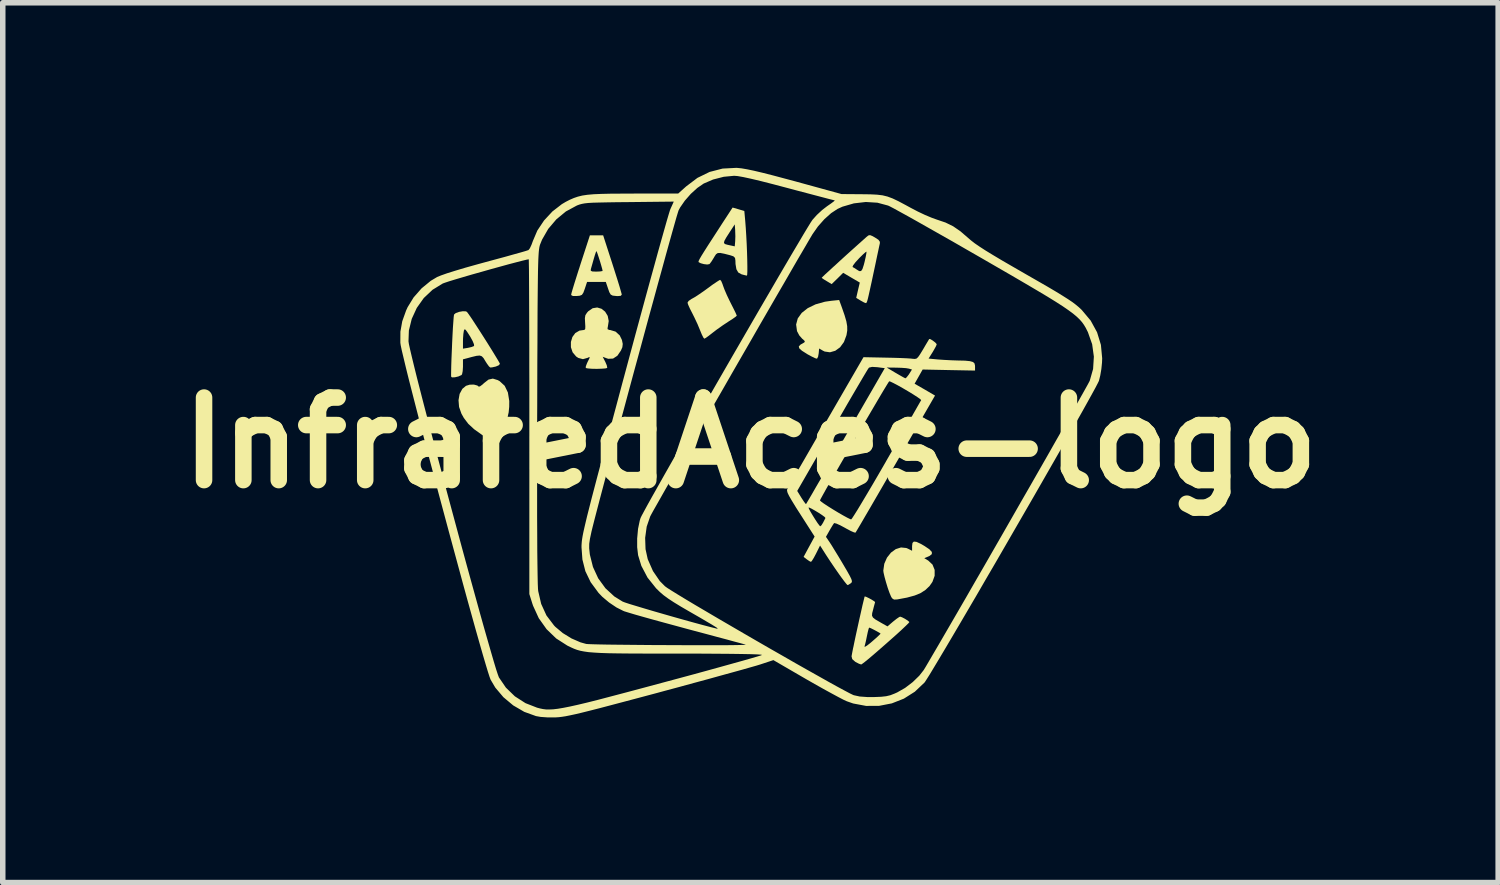
<source format=kicad_pcb>
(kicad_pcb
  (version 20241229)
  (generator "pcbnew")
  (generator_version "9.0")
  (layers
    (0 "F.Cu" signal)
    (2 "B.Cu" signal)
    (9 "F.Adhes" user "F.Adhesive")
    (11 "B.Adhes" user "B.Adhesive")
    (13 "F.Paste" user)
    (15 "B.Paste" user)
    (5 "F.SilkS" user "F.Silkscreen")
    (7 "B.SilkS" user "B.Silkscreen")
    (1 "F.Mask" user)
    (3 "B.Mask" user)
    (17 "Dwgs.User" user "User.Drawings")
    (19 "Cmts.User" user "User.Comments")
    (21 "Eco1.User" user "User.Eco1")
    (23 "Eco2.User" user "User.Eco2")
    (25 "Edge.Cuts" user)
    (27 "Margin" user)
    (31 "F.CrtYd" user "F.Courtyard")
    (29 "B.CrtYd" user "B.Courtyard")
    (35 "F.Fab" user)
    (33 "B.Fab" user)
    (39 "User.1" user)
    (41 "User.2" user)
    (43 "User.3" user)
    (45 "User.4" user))
  (footprint "InfraredAces-logo"
    (layer "F.Cu")
    (at 10.586 4.995)
    (property "Reference" "InfraredAces-logo" (at 0 0 0) (layer "F.SilkS") (effects (font (size 1.5 1.5) (thickness 0.3))))
    (attr board_only exclude_from_pos_files exclude_from_bom)
    (fp_poly (pts (xy -4.593 -1.139) (xy -4.557 -1.119) (xy -4.466 -1.035) (xy -4.408 -0.914) (xy -4.383 -0.759) (xy -4.384 -0.653) (xy -4.394 -0.552) (xy -4.413 -0.467) (xy -4.446 -0.378) (xy -4.498 -0.267) (xy -4.505 -0.253) (xy -4.556 -0.159) (xy -4.603 -0.085) (xy -4.64 -0.039) (xy -4.654 -0.03) (xy -4.691 -0.04) (xy -4.757 -0.072) (xy -4.841 -0.12) (xy -4.878 -0.144) (xy -5.021 -0.246) (xy -5.128 -0.345) (xy -5.209 -0.452) (xy -5.252 -0.529) (xy -5.295 -0.651) (xy -5.305 -0.774) (xy -5.285 -0.888) (xy -5.235 -0.98) (xy -5.169 -1.035) (xy -5.1 -1.056) (xy -5.024 -1.057) (xy -4.962 -1.04) (xy -4.939 -1.021) (xy -4.916 -1.024) (xy -4.871 -1.057) (xy -4.841 -1.085) (xy -4.76 -1.148) (xy -4.681 -1.166)) (stroke (width 0) (type solid)) (fill yes) (layer "F.SilkS"))
    (fp_poly (pts (xy 3.018 1.801) (xy 3.097 1.838) (xy 3.159 1.874) (xy 3.25 1.935) (xy 3.295 1.984) (xy 3.295 2.023) (xy 3.252 2.057) (xy 3.234 2.065) (xy 3.158 2.097) (xy 3.229 2.14) (xy 3.307 2.213) (xy 3.346 2.309) (xy 3.346 2.417) (xy 3.306 2.527) (xy 3.254 2.602) (xy 3.18 2.673) (xy 3.093 2.73) (xy 2.984 2.775) (xy 2.844 2.813) (xy 2.668 2.846) (xy 2.608 2.849) (xy 2.572 2.825) (xy 2.553 2.792) (xy 2.526 2.728) (xy 2.494 2.638) (xy 2.463 2.536) (xy 2.436 2.439) (xy 2.418 2.36) (xy 2.413 2.323) (xy 2.431 2.198) (xy 2.48 2.087) (xy 2.552 1.996) (xy 2.64 1.932) (xy 2.735 1.902) (xy 2.832 1.912) (xy 2.858 1.923) (xy 2.936 1.962) (xy 2.936 1.876) (xy 2.943 1.82) (xy 2.968 1.795)) (stroke (width 0) (type solid)) (fill yes) (layer "F.SilkS"))
    (fp_poly (pts (xy 1.66 -2.46) (xy 1.71 -2.316) (xy 1.742 -2.206) (xy 1.757 -2.118) (xy 1.758 -2.04) (xy 1.745 -1.96) (xy 1.743 -1.952) (xy 1.698 -1.831) (xy 1.628 -1.735) (xy 1.541 -1.672) (xy 1.444 -1.644) (xy 1.347 -1.658) (xy 1.315 -1.674) (xy 1.247 -1.713) (xy 1.239 -1.623) (xy 1.228 -1.563) (xy 1.21 -1.53) (xy 1.207 -1.528) (xy 1.174 -1.537) (xy 1.112 -1.567) (xy 1.034 -1.609) (xy 1.027 -1.614) (xy 0.935 -1.672) (xy 0.886 -1.716) (xy 0.878 -1.751) (xy 0.907 -1.782) (xy 0.927 -1.794) (xy 0.978 -1.823) (xy 0.988 -1.845) (xy 0.958 -1.876) (xy 0.939 -1.891) (xy 0.887 -1.95) (xy 0.847 -2.025) (xy 0.845 -2.031) (xy 0.829 -2.149) (xy 0.859 -2.26) (xy 0.931 -2.36) (xy 1.04 -2.446) (xy 1.182 -2.515) (xy 1.353 -2.563) (xy 1.471 -2.58) (xy 1.611 -2.594)) (stroke (width 0) (type solid)) (fill yes) (layer "F.SilkS"))
    (fp_poly (pts (xy -0.532 -2.939) (xy -0.509 -2.885) (xy -0.499 -2.855) (xy -0.473 -2.785) (xy -0.431 -2.687) (xy -0.38 -2.58) (xy -0.358 -2.536) (xy -0.311 -2.443) (xy -0.274 -2.368) (xy -0.253 -2.32) (xy -0.249 -2.31) (xy -0.268 -2.291) (xy -0.32 -2.254) (xy -0.393 -2.207) (xy -0.402 -2.201) (xy -0.505 -2.133) (xy -0.615 -2.055) (xy -0.688 -1.999) (xy -0.757 -1.945) (xy -0.811 -1.906) (xy -0.839 -1.891) (xy -0.839 -1.891) (xy -0.857 -1.912) (xy -0.885 -1.968) (xy -0.917 -2.046) (xy -0.962 -2.155) (xy -1.019 -2.276) (xy -1.06 -2.358) (xy -1.102 -2.44) (xy -1.132 -2.507) (xy -1.144 -2.545) (xy -1.144 -2.546) (xy -1.124 -2.577) (xy -1.074 -2.612) (xy -1.064 -2.617) (xy -1.009 -2.648) (xy -0.928 -2.701) (xy -0.833 -2.767) (xy -0.777 -2.808) (xy -0.69 -2.872) (xy -0.616 -2.922) (xy -0.567 -2.953) (xy -0.551 -2.96)) (stroke (width 0) (type solid)) (fill yes) (layer "F.SilkS"))
    (fp_poly (pts (xy -2.508 -3.247) (xy -2.459 -3.093) (xy -2.415 -2.954) (xy -2.379 -2.837) (xy -2.354 -2.75) (xy -2.34 -2.7) (xy -2.339 -2.692) (xy -2.357 -2.67) (xy -2.415 -2.665) (xy -2.442 -2.667) (xy -2.504 -2.674) (xy -2.54 -2.693) (xy -2.565 -2.736) (xy -2.587 -2.799) (xy -2.629 -2.923) (xy -2.799 -2.923) (xy -2.969 -2.923) (xy -3.01 -2.799) (xy -3.037 -2.726) (xy -3.063 -2.688) (xy -3.102 -2.672) (xy -3.155 -2.667) (xy -3.227 -2.667) (xy -3.257 -2.683) (xy -3.258 -2.692) (xy -3.251 -2.724) (xy -3.23 -2.796) (xy -3.198 -2.901) (xy -3.157 -3.031) (xy -3.127 -3.126) (xy -2.902 -3.126) (xy -2.876 -3.113) (xy -2.812 -3.11) (xy -2.8 -3.11) (xy -2.733 -3.113) (xy -2.692 -3.12) (xy -2.687 -3.124) (xy -2.694 -3.157) (xy -2.711 -3.218) (xy -2.734 -3.296) (xy -2.759 -3.374) (xy -2.781 -3.44) (xy -2.796 -3.478) (xy -2.799 -3.483) (xy -2.81 -3.461) (xy -2.829 -3.404) (xy -2.848 -3.34) (xy -2.872 -3.255) (xy -2.892 -3.185) (xy -2.901 -3.153) (xy -2.902 -3.126) (xy -3.127 -3.126) (xy -3.109 -3.18) (xy -3.088 -3.247) (xy -2.918 -3.769) (xy -2.797 -3.769) (xy -2.677 -3.769)) (stroke (width 0) (type solid)) (fill yes) (layer "F.SilkS"))
    (fp_poly (pts (xy -2.707 -2.435) (xy -2.641 -2.382) (xy -2.594 -2.305) (xy -2.576 -2.212) (xy -2.592 -2.107) (xy -2.594 -2.102) (xy -2.598 -2.065) (xy -2.567 -2.05) (xy -2.549 -2.049) (xy -2.452 -2.02) (xy -2.376 -1.951) (xy -2.336 -1.868) (xy -2.321 -1.796) (xy -2.328 -1.736) (xy -2.354 -1.676) (xy -2.419 -1.581) (xy -2.497 -1.53) (xy -2.584 -1.526) (xy -2.61 -1.534) (xy -2.685 -1.562) (xy -2.637 -1.468) (xy -2.611 -1.407) (xy -2.603 -1.366) (xy -2.605 -1.359) (xy -2.636 -1.351) (xy -2.702 -1.346) (xy -2.791 -1.343) (xy -2.799 -1.343) (xy -2.888 -1.345) (xy -2.957 -1.351) (xy -2.992 -1.358) (xy -2.993 -1.359) (xy -2.992 -1.388) (xy -2.971 -1.444) (xy -2.958 -1.472) (xy -2.928 -1.532) (xy -2.921 -1.557) (xy -2.936 -1.555) (xy -2.957 -1.544) (xy -3.044 -1.519) (xy -3.129 -1.542) (xy -3.168 -1.568) (xy -3.232 -1.644) (xy -3.263 -1.736) (xy -3.263 -1.832) (xy -3.236 -1.922) (xy -3.183 -1.994) (xy -3.107 -2.038) (xy -3.052 -2.046) (xy -3.019 -2.05) (xy -3.003 -2.068) (xy -3.001 -2.114) (xy -3.005 -2.181) (xy -3.009 -2.264) (xy -3 -2.318) (xy -2.971 -2.363) (xy -2.947 -2.39) (xy -2.867 -2.445) (xy -2.785 -2.458)) (stroke (width 0) (type solid)) (fill yes) (layer "F.SilkS"))
    (fp_poly (pts (xy -0.218 -4.243) (xy -0.112 -4.211) (xy -0.096 -4.036) (xy -0.086 -3.907) (xy -0.077 -3.763) (xy -0.069 -3.613) (xy -0.063 -3.465) (xy -0.059 -3.327) (xy -0.057 -3.207) (xy -0.057 -3.114) (xy -0.06 -3.054) (xy -0.065 -3.037) (xy -0.103 -3.045) (xy -0.163 -3.061) (xy -0.165 -3.062) (xy -0.222 -3.094) (xy -0.256 -3.153) (xy -0.272 -3.248) (xy -0.274 -3.311) (xy -0.281 -3.359) (xy -0.311 -3.388) (xy -0.368 -3.407) (xy -0.477 -3.435) (xy -0.549 -3.449) (xy -0.595 -3.447) (xy -0.626 -3.426) (xy -0.653 -3.385) (xy -0.667 -3.361) (xy -0.706 -3.298) (xy -0.738 -3.255) (xy -0.747 -3.246) (xy -0.787 -3.239) (xy -0.846 -3.246) (xy -0.904 -3.262) (xy -0.941 -3.281) (xy -0.945 -3.29) (xy -0.94 -3.308) (xy -0.923 -3.342) (xy -0.891 -3.397) (xy -0.842 -3.476) (xy -0.774 -3.583) (xy -0.743 -3.631) (xy -0.482 -3.631) (xy -0.464 -3.611) (xy -0.42 -3.598) (xy -0.393 -3.592) (xy -0.286 -3.569) (xy -0.278 -3.663) (xy -0.275 -3.752) (xy -0.278 -3.849) (xy -0.278 -3.862) (xy -0.286 -3.968) (xy -0.382 -3.821) (xy -0.442 -3.727) (xy -0.475 -3.667) (xy -0.482 -3.631) (xy -0.743 -3.631) (xy -0.684 -3.722) (xy -0.57 -3.898) (xy -0.506 -3.997) (xy -0.325 -4.274)) (stroke (width 0) (type solid)) (fill yes) (layer "F.SilkS"))
    (fp_poly (pts (xy 2.215 -3.756) (xy 2.261 -3.73) (xy 2.325 -3.688) (xy 2.351 -3.651) (xy 2.35 -3.622) (xy 2.341 -3.582) (xy 2.324 -3.502) (xy 2.3 -3.39) (xy 2.272 -3.256) (xy 2.24 -3.106) (xy 2.238 -3.097) (xy 2.2 -2.918) (xy 2.17 -2.782) (xy 2.148 -2.683) (xy 2.132 -2.615) (xy 2.12 -2.572) (xy 2.11 -2.549) (xy 2.102 -2.539) (xy 2.094 -2.538) (xy 2.064 -2.549) (xy 2.01 -2.579) (xy 1.999 -2.585) (xy 1.921 -2.633) (xy 1.953 -2.772) (xy 1.986 -2.911) (xy 1.835 -2.999) (xy 1.684 -3.088) (xy 1.58 -2.985) (xy 1.475 -2.883) (xy 1.385 -2.937) (xy 1.329 -2.971) (xy 1.297 -2.994) (xy 1.294 -2.998) (xy 1.311 -3.016) (xy 1.359 -3.062) (xy 1.433 -3.129) (xy 1.505 -3.196) (xy 1.854 -3.196) (xy 1.856 -3.193) (xy 1.897 -3.17) (xy 1.931 -3.147) (xy 1.976 -3.119) (xy 2.009 -3.12) (xy 2.034 -3.156) (xy 2.059 -3.233) (xy 2.073 -3.287) (xy 2.093 -3.375) (xy 2.105 -3.44) (xy 2.108 -3.472) (xy 2.107 -3.473) (xy 2.088 -3.461) (xy 2.042 -3.42) (xy 1.981 -3.36) (xy 1.964 -3.342) (xy 1.904 -3.276) (xy 1.865 -3.224) (xy 1.854 -3.196) (xy 1.505 -3.196) (xy 1.525 -3.213) (xy 1.629 -3.309) (xy 1.74 -3.41) (xy 1.852 -3.511) (xy 1.958 -3.606) (xy 2.052 -3.69) (xy 2.107 -3.739) (xy 2.142 -3.767) (xy 2.172 -3.773)) (stroke (width 0) (type solid)) (fill yes) (layer "F.SilkS"))
    (fp_poly (pts (xy -5.171 -2.388) (xy -5.151 -2.377) (xy -5.119 -2.334) (xy -5.068 -2.26) (xy -5.004 -2.162) (xy -4.93 -2.048) (xy -4.852 -1.926) (xy -4.774 -1.803) (xy -4.701 -1.686) (xy -4.638 -1.583) (xy -4.589 -1.502) (xy -4.559 -1.449) (xy -4.553 -1.433) (xy -4.574 -1.408) (xy -4.628 -1.385) (xy -4.696 -1.37) (xy -4.729 -1.368) (xy -4.752 -1.388) (xy -4.789 -1.439) (xy -4.817 -1.483) (xy -4.85 -1.538) (xy -4.881 -1.571) (xy -4.919 -1.585) (xy -4.976 -1.58) (xy -5.064 -1.559) (xy -5.13 -1.541) (xy -5.224 -1.516) (xy -5.224 -1.381) (xy -5.229 -1.303) (xy -5.24 -1.248) (xy -5.25 -1.231) (xy -5.307 -1.205) (xy -5.371 -1.19) (xy -5.421 -1.188) (xy -5.437 -1.196) (xy -5.44 -1.226) (xy -5.439 -1.296) (xy -5.437 -1.399) (xy -5.433 -1.525) (xy -5.427 -1.665) (xy -5.425 -1.71) (xy -5.224 -1.71) (xy -5.133 -1.725) (xy -5.068 -1.74) (xy -5.025 -1.757) (xy -5.022 -1.76) (xy -5.024 -1.789) (xy -5.048 -1.848) (xy -5.09 -1.925) (xy -5.097 -1.936) (xy -5.147 -2.014) (xy -5.177 -2.054) (xy -5.195 -2.062) (xy -5.206 -2.042) (xy -5.208 -2.035) (xy -5.217 -1.977) (xy -5.223 -1.894) (xy -5.224 -1.844) (xy -5.224 -1.71) (xy -5.425 -1.71) (xy -5.421 -1.812) (xy -5.414 -1.955) (xy -5.407 -2.087) (xy -5.399 -2.199) (xy -5.393 -2.281) (xy -5.387 -2.326) (xy -5.387 -2.329) (xy -5.356 -2.356) (xy -5.296 -2.378) (xy -5.228 -2.39)) (stroke (width 0) (type solid)) (fill yes) (layer "F.SilkS"))
    (fp_poly (pts (xy 2.099 2.798) (xy 2.148 2.821) (xy 2.203 2.851) (xy 2.247 2.879) (xy 2.264 2.894) (xy 2.258 2.918) (xy 2.242 2.976) (xy 2.229 3.028) (xy 2.211 3.096) (xy 2.208 3.141) (xy 2.225 3.175) (xy 2.269 3.21) (xy 2.348 3.256) (xy 2.37 3.269) (xy 2.489 3.336) (xy 2.592 3.248) (xy 2.654 3.199) (xy 2.701 3.167) (xy 2.719 3.159) (xy 2.754 3.171) (xy 2.806 3.198) (xy 2.856 3.23) (xy 2.884 3.254) (xy 2.886 3.259) (xy 2.868 3.281) (xy 2.818 3.33) (xy 2.744 3.4) (xy 2.651 3.485) (xy 2.545 3.579) (xy 2.434 3.677) (xy 2.324 3.773) (xy 2.221 3.862) (xy 2.132 3.937) (xy 2.063 3.993) (xy 2.02 4.024) (xy 2.01 4.028) (xy 1.969 4.014) (xy 1.91 3.983) (xy 1.903 3.979) (xy 1.849 3.931) (xy 1.836 3.879) (xy 1.837 3.875) (xy 1.847 3.821) (xy 1.864 3.733) (xy 1.871 3.703) (xy 2.071 3.703) (xy 2.08 3.707) (xy 2.12 3.683) (xy 2.181 3.635) (xy 2.209 3.611) (xy 2.28 3.549) (xy 2.334 3.499) (xy 2.362 3.471) (xy 2.363 3.468) (xy 2.344 3.453) (xy 2.296 3.426) (xy 2.238 3.395) (xy 2.186 3.369) (xy 2.156 3.358) (xy 2.156 3.358) (xy 2.146 3.381) (xy 2.131 3.439) (xy 2.116 3.51) (xy 2.098 3.598) (xy 2.081 3.669) (xy 2.071 3.703) (xy 1.871 3.703) (xy 1.888 3.619) (xy 1.916 3.487) (xy 1.947 3.346) (xy 1.978 3.205) (xy 2.008 3.073) (xy 2.034 2.956) (xy 2.056 2.865) (xy 2.07 2.808) (xy 2.075 2.792)) (stroke (width 0) (type solid)) (fill yes) (layer "F.SilkS"))
    (fp_poly (pts (xy 3.271 -1.882) (xy 3.313 -1.856) (xy 3.356 -1.823) (xy 3.382 -1.794) (xy 3.383 -1.788) (xy 3.371 -1.756) (xy 3.339 -1.698) (xy 3.31 -1.648) (xy 3.236 -1.53) (xy 3.403 -1.514) (xy 3.516 -1.506) (xy 3.649 -1.499) (xy 3.769 -1.495) (xy 3.899 -1.492) (xy 3.987 -1.483) (xy 4.041 -1.468) (xy 4.069 -1.444) (xy 4.079 -1.406) (xy 4.08 -1.387) (xy 4.08 -1.312) (xy 3.604 -1.321) (xy 3.128 -1.331) (xy 3.055 -1.202) (xy 2.982 -1.073) (xy 3.168 -0.966) (xy 3.353 -0.858) (xy 2.638 0.38) (xy 2.507 0.607) (xy 2.383 0.821) (xy 2.268 1.019) (xy 2.166 1.195) (xy 2.077 1.347) (xy 2.005 1.471) (xy 1.951 1.562) (xy 1.918 1.617) (xy 1.908 1.633) (xy 1.881 1.628) (xy 1.823 1.603) (xy 1.744 1.561) (xy 1.714 1.544) (xy 1.63 1.499) (xy 1.563 1.469) (xy 1.523 1.459) (xy 1.518 1.461) (xy 1.497 1.492) (xy 1.461 1.551) (xy 1.436 1.594) (xy 1.371 1.709) (xy 1.437 1.806) (xy 1.474 1.863) (xy 1.529 1.953) (xy 1.596 2.062) (xy 1.668 2.182) (xy 1.685 2.211) (xy 1.756 2.332) (xy 1.804 2.418) (xy 1.832 2.475) (xy 1.843 2.512) (xy 1.84 2.534) (xy 1.825 2.551) (xy 1.823 2.552) (xy 1.782 2.579) (xy 1.764 2.586) (xy 1.745 2.568) (xy 1.704 2.517) (xy 1.649 2.443) (xy 1.614 2.394) (xy 1.537 2.284) (xy 1.455 2.163) (xy 1.384 2.055) (xy 1.371 2.035) (xy 1.264 1.867) (xy 1.19 2.016) (xy 1.15 2.091) (xy 1.117 2.144) (xy 1.099 2.164) (xy 1.069 2.15) (xy 1.023 2.118) (xy 0.965 2.073) (xy 1.065 1.888) (xy 1.165 1.704) (xy 0.904 1.296) (xy 0.827 1.176) (xy 1.055 1.176) (xy 1.062 1.2) (xy 1.09 1.252) (xy 1.131 1.321) (xy 1.177 1.395) (xy 1.22 1.46) (xy 1.254 1.505) (xy 1.268 1.518) (xy 1.29 1.498) (xy 1.32 1.45) (xy 1.32 1.449) (xy 1.347 1.396) (xy 1.362 1.366) (xy 1.346 1.347) (xy 1.3 1.313) (xy 1.236 1.271) (xy 1.166 1.229) (xy 1.105 1.195) (xy 1.064 1.176) (xy 1.055 1.176) (xy 0.827 1.176) (xy 0.813 1.153) (xy 0.747 1.045) (xy 0.702 0.967) (xy 0.675 0.912) (xy 0.665 0.875) (xy 0.849 0.875) (xy 0.925 0.999) (xy 0.967 1.063) (xy 0.998 1.105) (xy 1.009 1.114) (xy 1.023 1.091) (xy 1.049 1.047) (xy 1.262 1.047) (xy 1.28 1.066) (xy 1.332 1.104) (xy 1.408 1.154) (xy 1.499 1.211) (xy 1.595 1.269) (xy 1.685 1.321) (xy 1.762 1.363) (xy 1.814 1.388) (xy 1.83 1.392) (xy 1.847 1.371) (xy 1.886 1.311) (xy 1.945 1.217) (xy 2.021 1.091) (xy 2.112 0.938) (xy 2.216 0.763) (xy 2.329 0.569) (xy 2.45 0.36) (xy 2.474 0.317) (xy 2.596 0.106) (xy 2.71 -0.093) (xy 2.814 -0.274) (xy 2.906 -0.433) (xy 2.982 -0.567) (xy 3.042 -0.672) (xy 3.082 -0.742) (xy 3.101 -0.774) (xy 3.101 -0.775) (xy 3.085 -0.793) (xy 3.034 -0.829) (xy 2.958 -0.878) (xy 2.868 -0.933) (xy 2.771 -0.99) (xy 2.679 -1.042) (xy 2.599 -1.084) (xy 2.543 -1.111) (xy 2.52 -1.117) (xy 2.505 -1.095) (xy 2.468 -1.035) (xy 2.411 -0.941) (xy 2.339 -0.82) (xy 2.254 -0.675) (xy 2.158 -0.512) (xy 2.055 -0.336) (xy 1.948 -0.152) (xy 1.839 0.035) (xy 1.731 0.221) (xy 1.628 0.399) (xy 1.532 0.566) (xy 1.446 0.715) (xy 1.373 0.843) (xy 1.317 0.944) (xy 1.279 1.013) (xy 1.262 1.046) (xy 1.262 1.047) (xy 1.049 1.047) (xy 1.059 1.03) (xy 1.116 0.933) (xy 1.19 0.804) (xy 1.281 0.648) (xy 1.386 0.468) (xy 1.501 0.267) (xy 1.627 0.051) (xy 1.729 -0.125) (xy 2.44 -1.356) (xy 2.351 -1.367) (xy 2.475 -1.367) (xy 2.637 -1.27) (xy 2.717 -1.224) (xy 2.779 -1.189) (xy 2.813 -1.172) (xy 2.815 -1.171) (xy 2.837 -1.189) (xy 2.873 -1.235) (xy 2.883 -1.25) (xy 2.934 -1.331) (xy 2.879 -1.347) (xy 2.826 -1.356) (xy 2.743 -1.362) (xy 2.649 -1.365) (xy 2.475 -1.367) (xy 2.351 -1.367) (xy 2.308 -1.373) (xy 2.21 -1.379) (xy 2.155 -1.366) (xy 2.149 -1.36) (xy 2.131 -1.334) (xy 2.091 -1.268) (xy 2.031 -1.167) (xy 1.954 -1.036) (xy 1.862 -0.879) (xy 1.757 -0.699) (xy 1.643 -0.501) (xy 1.52 -0.29) (xy 1.485 -0.228) (xy 0.849 0.875) (xy 0.665 0.875) (xy 0.664 0.874) (xy 0.666 0.848) (xy 0.671 0.836) (xy 0.688 0.805) (xy 0.728 0.735) (xy 0.788 0.63) (xy 0.866 0.495) (xy 0.96 0.334) (xy 1.066 0.15) (xy 1.183 -0.053) (xy 1.308 -0.269) (xy 1.376 -0.386) (xy 2.053 -1.555) (xy 2.451 -1.547) (xy 2.594 -1.544) (xy 2.726 -1.54) (xy 2.837 -1.535) (xy 2.914 -1.53) (xy 2.938 -1.527) (xy 2.982 -1.523) (xy 3.015 -1.529) (xy 3.045 -1.556) (xy 3.082 -1.609) (xy 3.135 -1.696) (xy 3.184 -1.78) (xy 3.223 -1.845) (xy 3.245 -1.882) (xy 3.248 -1.886)) (stroke (width 0) (type solid)) (fill yes) (layer "F.SilkS"))
    (fp_poly (pts (xy -0.237 -4.994) (xy -0.161 -4.986) (xy -0.062 -4.969) (xy 0.063 -4.943) (xy 0.219 -4.906) (xy 0.412 -4.857) (xy 0.644 -4.795) (xy 0.809 -4.751) (xy 1.654 -4.519) (xy 2.028 -4.516) (xy 2.179 -4.514) (xy 2.299 -4.508) (xy 2.399 -4.496) (xy 2.489 -4.474) (xy 2.583 -4.439) (xy 2.69 -4.388) (xy 2.823 -4.317) (xy 2.911 -4.269) (xy 3.039 -4.202) (xy 3.172 -4.139) (xy 3.294 -4.088) (xy 3.383 -4.056) (xy 3.545 -4.001) (xy 3.683 -3.933) (xy 3.815 -3.842) (xy 3.955 -3.721) (xy 4.009 -3.675) (xy 4.076 -3.623) (xy 4.162 -3.564) (xy 4.27 -3.494) (xy 4.406 -3.411) (xy 4.572 -3.312) (xy 4.774 -3.195) (xy 4.987 -3.072) (xy 5.212 -2.943) (xy 5.398 -2.836) (xy 5.55 -2.746) (xy 5.672 -2.671) (xy 5.77 -2.609) (xy 5.849 -2.556) (xy 5.912 -2.508) (xy 5.965 -2.464) (xy 6.012 -2.42) (xy 6.019 -2.413) (xy 6.181 -2.22) (xy 6.297 -2.008) (xy 6.367 -1.779) (xy 6.39 -1.534) (xy 6.387 -1.456) (xy 6.375 -1.339) (xy 6.355 -1.222) (xy 6.332 -1.129) (xy 6.331 -1.125) (xy 6.311 -1.084) (xy 6.269 -1.003) (xy 6.205 -0.886) (xy 6.122 -0.736) (xy 6.021 -0.555) (xy 5.904 -0.348) (xy 5.773 -0.118) (xy 5.631 0.132) (xy 5.478 0.399) (xy 5.317 0.68) (xy 5.15 0.971) (xy 4.978 1.269) (xy 4.804 1.57) (xy 4.629 1.873) (xy 4.456 2.172) (xy 4.285 2.465) (xy 4.12 2.75) (xy 3.961 3.021) (xy 3.811 3.277) (xy 3.672 3.513) (xy 3.545 3.728) (xy 3.433 3.916) (xy 3.337 4.076) (xy 3.26 4.204) (xy 3.202 4.296) (xy 3.167 4.35) (xy 3.159 4.359) (xy 2.986 4.523) (xy 2.787 4.649) (xy 2.568 4.735) (xy 2.336 4.78) (xy 2.1 4.781) (xy 1.866 4.737) (xy 1.751 4.697) (xy 1.69 4.669) (xy 1.594 4.619) (xy 1.47 4.552) (xy 1.324 4.472) (xy 1.166 4.383) (xy 1.01 4.294) (xy 0.416 3.949) (xy 0.177 4.028) (xy 0.112 4.048) (xy 0.003 4.079) (xy -0.144 4.121) (xy -0.325 4.171) (xy -0.536 4.229) (xy -0.77 4.294) (xy -1.025 4.363) (xy -1.295 4.437) (xy -1.575 4.512) (xy -1.692 4.544) (xy -2.018 4.631) (xy -2.301 4.706) (xy -2.543 4.77) (xy -2.748 4.824) (xy -2.921 4.868) (xy -3.065 4.904) (xy -3.183 4.932) (xy -3.281 4.953) (xy -3.361 4.969) (xy -3.427 4.979) (xy -3.483 4.986) (xy -3.533 4.989) (xy -3.545 4.99) (xy -3.684 4.99) (xy -3.812 4.981) (xy -3.897 4.966) (xy -4.11 4.889) (xy -4.311 4.772) (xy -4.49 4.622) (xy -4.637 4.448) (xy -4.722 4.304) (xy -4.741 4.253) (xy -4.772 4.157) (xy -4.813 4.021) (xy -4.864 3.848) (xy -4.923 3.642) (xy -4.99 3.406) (xy -5.063 3.144) (xy -5.142 2.86) (xy -5.225 2.557) (xy -5.311 2.24) (xy -5.4 1.912) (xy -5.491 1.576) (xy -5.582 1.237) (xy -5.673 0.898) (xy -5.762 0.563) (xy -5.849 0.235) (xy -5.932 -0.082) (xy -6.011 -0.384) (xy -6.084 -0.667) (xy -6.151 -0.928) (xy -6.211 -1.163) (xy -6.262 -1.369) (xy -6.303 -1.541) (xy -6.335 -1.675) (xy -6.355 -1.769) (xy -6.362 -1.817) (xy -6.362 -1.843) (xy -6.214 -1.843) (xy -6.206 -1.791) (xy -6.185 -1.696) (xy -6.153 -1.56) (xy -6.111 -1.387) (xy -6.06 -1.181) (xy -6 -0.946) (xy -5.933 -0.686) (xy -5.859 -0.403) (xy -5.78 -0.102) (xy -5.697 0.214) (xy -5.61 0.54) (xy -5.521 0.874) (xy -5.43 1.212) (xy -5.339 1.549) (xy -5.249 1.883) (xy -5.16 2.209) (xy -5.073 2.525) (xy -4.99 2.825) (xy -4.912 3.108) (xy -4.839 3.368) (xy -4.772 3.602) (xy -4.713 3.807) (xy -4.663 3.979) (xy -4.622 4.115) (xy -4.591 4.209) (xy -4.572 4.26) (xy -4.571 4.263) (xy -4.444 4.449) (xy -4.281 4.607) (xy -4.088 4.731) (xy -3.878 4.813) (xy -3.825 4.827) (xy -3.772 4.838) (xy -3.717 4.845) (xy -3.656 4.846) (xy -3.585 4.843) (xy -3.501 4.833) (xy -3.4 4.816) (xy -3.279 4.792) (xy -3.135 4.76) (xy -2.963 4.719) (xy -2.761 4.668) (xy -2.525 4.606) (xy -2.252 4.534) (xy -1.937 4.45) (xy -1.58 4.354) (xy -1.293 4.277) (xy -1.019 4.203) (xy -0.764 4.133) (xy -0.529 4.068) (xy -0.321 4.01) (xy -0.141 3.96) (xy 0.006 3.918) (xy 0.116 3.886) (xy 0.185 3.865) (xy 0.21 3.855) (xy 0.191 3.85) (xy 0.123 3.845) (xy 0.007 3.841) (xy -0.155 3.838) (xy -0.363 3.835) (xy -0.616 3.833) (xy -0.913 3.831) (xy -1.252 3.831) (xy -1.32 3.831) (xy -1.654 3.831) (xy -1.943 3.83) (xy -2.19 3.829) (xy -2.4 3.827) (xy -2.576 3.824) (xy -2.722 3.819) (xy -2.843 3.812) (xy -2.943 3.804) (xy -3.025 3.792) (xy -3.093 3.779) (xy -3.153 3.762) (xy -3.207 3.742) (xy -3.26 3.718) (xy -3.316 3.691) (xy -3.328 3.685) (xy -3.531 3.555) (xy -3.705 3.387) (xy -3.847 3.187) (xy -3.95 2.962) (xy -3.963 2.924) (xy -4.018 2.749) (xy -4.018 0.52) (xy -3.877 0.52) (xy -3.877 0.953) (xy -3.877 1.34) (xy -3.875 1.679) (xy -3.874 1.971) (xy -3.871 2.214) (xy -3.868 2.41) (xy -3.865 2.557) (xy -3.861 2.654) (xy -3.857 2.695) (xy -3.803 2.928) (xy -3.707 3.138) (xy -3.569 3.32) (xy -3.545 3.345) (xy -3.41 3.458) (xy -3.252 3.555) (xy -3.089 3.626) (xy -2.985 3.655) (xy -2.946 3.658) (xy -2.864 3.661) (xy -2.746 3.664) (xy -2.596 3.667) (xy -2.421 3.669) (xy -2.223 3.671) (xy -2.01 3.673) (xy -1.786 3.675) (xy -1.557 3.676) (xy -1.327 3.677) (xy -1.102 3.678) (xy -0.887 3.678) (xy -0.686 3.678) (xy -0.506 3.678) (xy -0.352 3.677) (xy -0.228 3.675) (xy -0.14 3.673) (xy -0.093 3.671) (xy -0.087 3.668) (xy -0.116 3.66) (xy -0.187 3.64) (xy -0.297 3.611) (xy -0.439 3.572) (xy -0.609 3.527) (xy -0.802 3.475) (xy -1.013 3.419) (xy -1.144 3.384) (xy -1.368 3.323) (xy -1.582 3.265) (xy -1.779 3.211) (xy -1.954 3.162) (xy -2.102 3.12) (xy -2.215 3.086) (xy -2.29 3.063) (xy -2.31 3.055) (xy -2.435 2.992) (xy -2.569 2.902) (xy -2.692 2.799) (xy -2.761 2.727) (xy -2.904 2.533) (xy -3 2.334) (xy -3.054 2.121) (xy -3.069 1.916) (xy -2.931 1.916) (xy -2.921 2.011) (xy -2.918 2.034) (xy -2.862 2.257) (xy -2.767 2.463) (xy -2.635 2.644) (xy -2.473 2.793) (xy -2.324 2.885) (xy -2.28 2.902) (xy -2.195 2.93) (xy -2.076 2.966) (xy -1.93 3.01) (xy -1.764 3.059) (xy -1.584 3.111) (xy -1.399 3.164) (xy -1.214 3.216) (xy -1.038 3.265) (xy -0.876 3.309) (xy -0.736 3.346) (xy -0.625 3.374) (xy -0.598 3.381) (xy -0.602 3.37) (xy -0.611 3.361) (xy -0.639 3.343) (xy -0.703 3.303) (xy -0.797 3.248) (xy -0.914 3.179) (xy -1.048 3.102) (xy -1.095 3.075) (xy -1.262 2.978) (xy -1.393 2.898) (xy -1.495 2.831) (xy -1.577 2.771) (xy -1.646 2.712) (xy -1.71 2.649) (xy -1.713 2.647) (xy -1.871 2.449) (xy -1.983 2.236) (xy -2.042 2.043) (xy -2.059 1.898) (xy -2.059 1.732) (xy -2.058 1.728) (xy -1.914 1.728) (xy -1.907 1.933) (xy -1.867 2.115) (xy -1.772 2.331) (xy -1.648 2.512) (xy -1.555 2.606) (xy -1.514 2.636) (xy -1.434 2.687) (xy -1.319 2.758) (xy -1.174 2.846) (xy -1.002 2.949) (xy -0.808 3.063) (xy -0.596 3.188) (xy -0.371 3.319) (xy -0.136 3.456) (xy 0.104 3.595) (xy 0.345 3.734) (xy 0.583 3.87) (xy 0.813 4.002) (xy 1.032 4.126) (xy 1.235 4.24) (xy 1.418 4.343) (xy 1.577 4.431) (xy 1.707 4.501) (xy 1.805 4.553) (xy 1.865 4.582) (xy 1.878 4.587) (xy 1.984 4.61) (xy 2.12 4.62) (xy 2.251 4.62) (xy 2.375 4.615) (xy 2.465 4.605) (xy 2.541 4.587) (xy 2.618 4.557) (xy 2.667 4.535) (xy 2.809 4.454) (xy 2.948 4.348) (xy 3.068 4.231) (xy 3.147 4.13) (xy 3.183 4.071) (xy 3.24 3.974) (xy 3.317 3.842) (xy 3.412 3.68) (xy 3.523 3.489) (xy 3.648 3.274) (xy 3.785 3.038) (xy 3.932 2.784) (xy 4.087 2.514) (xy 4.249 2.234) (xy 4.415 1.945) (xy 4.584 1.651) (xy 4.753 1.356) (xy 4.921 1.062) (xy 5.087 0.774) (xy 5.247 0.494) (xy 5.401 0.225) (xy 5.545 -0.029) (xy 5.68 -0.265) (xy 5.801 -0.479) (xy 5.909 -0.668) (xy 6 -0.83) (xy 6.073 -0.96) (xy 6.126 -1.055) (xy 6.157 -1.113) (xy 6.164 -1.127) (xy 6.225 -1.341) (xy 6.239 -1.565) (xy 6.208 -1.79) (xy 6.131 -2.009) (xy 6.117 -2.037) (xy 6.089 -2.092) (xy 6.059 -2.142) (xy 6.024 -2.191) (xy 5.981 -2.24) (xy 5.928 -2.291) (xy 5.861 -2.347) (xy 5.777 -2.409) (xy 5.674 -2.48) (xy 5.548 -2.561) (xy 5.396 -2.655) (xy 5.215 -2.763) (xy 5.003 -2.888) (xy 4.757 -3.032) (xy 4.473 -3.196) (xy 4.179 -3.366) (xy 3.921 -3.514) (xy 3.673 -3.657) (xy 3.438 -3.79) (xy 3.221 -3.913) (xy 3.025 -4.024) (xy 2.854 -4.12) (xy 2.712 -4.198) (xy 2.603 -4.258) (xy 2.53 -4.296) (xy 2.5 -4.31) (xy 2.306 -4.362) (xy 2.095 -4.375) (xy 1.879 -4.35) (xy 1.672 -4.29) (xy 1.582 -4.249) (xy 1.465 -4.172) (xy 1.342 -4.062) (xy 1.226 -3.931) (xy 1.129 -3.793) (xy 1.124 -3.785) (xy 1.056 -3.67) (xy 0.97 -3.522) (xy 0.866 -3.345) (xy 0.748 -3.141) (xy 0.617 -2.914) (xy 0.474 -2.668) (xy 0.322 -2.405) (xy 0.163 -2.13) (xy -0.001 -1.844) (xy -0.169 -1.553) (xy -0.339 -1.258) (xy -0.508 -0.963) (xy -0.676 -0.672) (xy -0.839 -0.389) (xy -0.996 -0.115) (xy -1.145 0.145) (xy -1.284 0.389) (xy -1.412 0.612) (xy -1.526 0.811) (xy -1.624 0.984) (xy -1.705 1.127) (xy -1.767 1.236) (xy -1.807 1.309) (xy -1.823 1.34) (xy -1.886 1.524) (xy -1.914 1.728) (xy -2.058 1.728) (xy -2.043 1.563) (xy -2.012 1.414) (xy -1.998 1.368) (xy -1.979 1.328) (xy -1.936 1.248) (xy -1.873 1.132) (xy -1.79 0.983) (xy -1.689 0.804) (xy -1.573 0.598) (xy -1.443 0.369) (xy -1.301 0.12) (xy -1.149 -0.146) (xy -0.989 -0.425) (xy -0.823 -0.714) (xy -0.653 -1.011) (xy -0.48 -1.311) (xy -0.307 -1.611) (xy -0.135 -1.908) (xy 0.034 -2.2) (xy 0.197 -2.481) (xy 0.354 -2.75) (xy 0.501 -3.003) (xy 0.638 -3.237) (xy 0.762 -3.448) (xy 0.872 -3.633) (xy 0.964 -3.789) (xy 1.039 -3.913) (xy 1.093 -4.001) (xy 1.125 -4.049) (xy 1.128 -4.053) (xy 1.205 -4.139) (xy 1.302 -4.229) (xy 1.389 -4.296) (xy 1.461 -4.346) (xy 1.512 -4.384) (xy 1.533 -4.403) (xy 1.532 -4.403) (xy 1.506 -4.41) (xy 1.437 -4.427) (xy 1.331 -4.455) (xy 1.194 -4.491) (xy 1.031 -4.534) (xy 0.848 -4.582) (xy 0.68 -4.627) (xy 0.411 -4.698) (xy 0.188 -4.755) (xy 0.007 -4.798) (xy -0.132 -4.828) (xy -0.234 -4.846) (xy -0.298 -4.851) (xy -0.486 -4.833) (xy -0.68 -4.783) (xy -0.85 -4.71) (xy -0.965 -4.631) (xy -1.084 -4.523) (xy -1.193 -4.399) (xy -1.278 -4.276) (xy -1.306 -4.224) (xy -1.318 -4.187) (xy -1.343 -4.105) (xy -1.378 -3.982) (xy -1.423 -3.823) (xy -1.477 -3.63) (xy -1.539 -3.407) (xy -1.607 -3.158) (xy -1.682 -2.887) (xy -1.761 -2.597) (xy -1.845 -2.292) (xy -1.931 -1.975) (xy -2.019 -1.65) (xy -2.109 -1.321) (xy -2.198 -0.992) (xy -2.286 -0.665) (xy -2.372 -0.346) (xy -2.455 -0.037) (xy -2.534 0.258) (xy -2.608 0.536) (xy -2.676 0.792) (xy -2.737 1.022) (xy -2.79 1.225) (xy -2.834 1.394) (xy -2.868 1.528) (xy -2.891 1.622) (xy -2.892 1.628) (xy -2.917 1.745) (xy -2.93 1.835) (xy -2.931 1.916) (xy -3.069 1.916) (xy -3.07 1.903) (xy -3.07 1.868) (xy -3.068 1.832) (xy -3.065 1.793) (xy -3.059 1.748) (xy -3.05 1.693) (xy -3.037 1.627) (xy -3.019 1.546) (xy -2.996 1.448) (xy -2.968 1.33) (xy -2.932 1.189) (xy -2.89 1.023) (xy -2.839 0.829) (xy -2.78 0.604) (xy -2.711 0.345) (xy -2.632 0.05) (xy -2.543 -0.284) (xy -2.442 -0.659) (xy -2.33 -1.079) (xy -2.292 -1.219) (xy -2.192 -1.591) (xy -2.095 -1.951) (xy -2.001 -2.297) (xy -1.912 -2.624) (xy -1.828 -2.931) (xy -1.75 -3.213) (xy -1.68 -3.468) (xy -1.617 -3.693) (xy -1.563 -3.884) (xy -1.519 -4.039) (xy -1.485 -4.154) (xy -1.463 -4.226) (xy -1.454 -4.249) (xy -1.394 -4.382) (xy -2.209 -4.373) (xy -2.432 -4.371) (xy -2.612 -4.368) (xy -2.754 -4.365) (xy -2.864 -4.362) (xy -2.948 -4.357) (xy -3.012 -4.35) (xy -3.061 -4.341) (xy -3.103 -4.33) (xy -3.142 -4.316) (xy -3.162 -4.307) (xy -3.354 -4.203) (xy -3.528 -4.059) (xy -3.675 -3.886) (xy -3.787 -3.691) (xy -3.825 -3.597) (xy -3.831 -3.575) (xy -3.837 -3.548) (xy -3.842 -3.512) (xy -3.847 -3.467) (xy -3.851 -3.407) (xy -3.855 -3.332) (xy -3.858 -3.237) (xy -3.861 -3.121) (xy -3.863 -2.981) (xy -3.865 -2.813) (xy -3.867 -2.616) (xy -3.869 -2.386) (xy -3.87 -2.121) (xy -3.871 -1.818) (xy -3.873 -1.475) (xy -3.874 -1.088) (xy -3.875 -0.655) (xy -3.876 -0.485) (xy -3.877 0.04) (xy -3.877 0.52) (xy -4.018 0.52) (xy -4.018 -0.292) (xy -4.018 -0.677) (xy -4.018 -1.047) (xy -4.019 -1.401) (xy -4.019 -1.734) (xy -4.02 -2.044) (xy -4.021 -2.329) (xy -4.022 -2.584) (xy -4.023 -2.806) (xy -4.024 -2.994) (xy -4.025 -3.144) (xy -4.027 -3.252) (xy -4.028 -3.316) (xy -4.029 -3.334) (xy -4.067 -3.327) (xy -4.146 -3.308) (xy -4.258 -3.279) (xy -4.395 -3.243) (xy -4.551 -3.2) (xy -4.718 -3.154) (xy -4.89 -3.105) (xy -5.058 -3.058) (xy -5.215 -3.012) (xy -5.354 -2.971) (xy -5.469 -2.936) (xy -5.55 -2.909) (xy -5.591 -2.894) (xy -5.777 -2.78) (xy -5.936 -2.63) (xy -6.063 -2.451) (xy -6.155 -2.251) (xy -6.207 -2.039) (xy -6.214 -1.843) (xy -6.362 -1.843) (xy -6.361 -2.019) (xy -6.327 -2.209) (xy -6.257 -2.404) (xy -6.23 -2.463) (xy -6.121 -2.641) (xy -5.976 -2.806) (xy -5.809 -2.943) (xy -5.695 -3.011) (xy -5.625 -3.04) (xy -5.512 -3.08) (xy -5.362 -3.127) (xy -5.181 -3.181) (xy -4.974 -3.239) (xy -4.806 -3.285) (xy -4.621 -3.335) (xy -4.451 -3.381) (xy -4.302 -3.423) (xy -4.179 -3.457) (xy -4.09 -3.483) (xy -4.041 -3.499) (xy -4.033 -3.502) (xy -4.008 -3.535) (xy -3.978 -3.6) (xy -3.954 -3.666) (xy -3.873 -3.856) (xy -3.751 -4.039) (xy -3.599 -4.203) (xy -3.427 -4.336) (xy -3.358 -4.377) (xy -3.282 -4.416) (xy -3.21 -4.447) (xy -3.137 -4.472) (xy -3.056 -4.492) (xy -2.962 -4.506) (xy -2.847 -4.516) (xy -2.705 -4.522) (xy -2.532 -4.526) (xy -2.319 -4.527) (xy -2.119 -4.528) (xy -1.314 -4.528) (xy -1.169 -4.658) (xy -0.964 -4.813) (xy -0.743 -4.921) (xy -0.507 -4.982) (xy -0.259 -4.995)) (stroke (width 0) (type solid)) (fill yes) (layer "F.SilkS")))
  (gr_rect
    (start -3 -3)
    (end 24.171 12.985)
    (stroke (width 0.1) (type default))
    (fill no)
    (layer "Edge.Cuts")))
</source>
